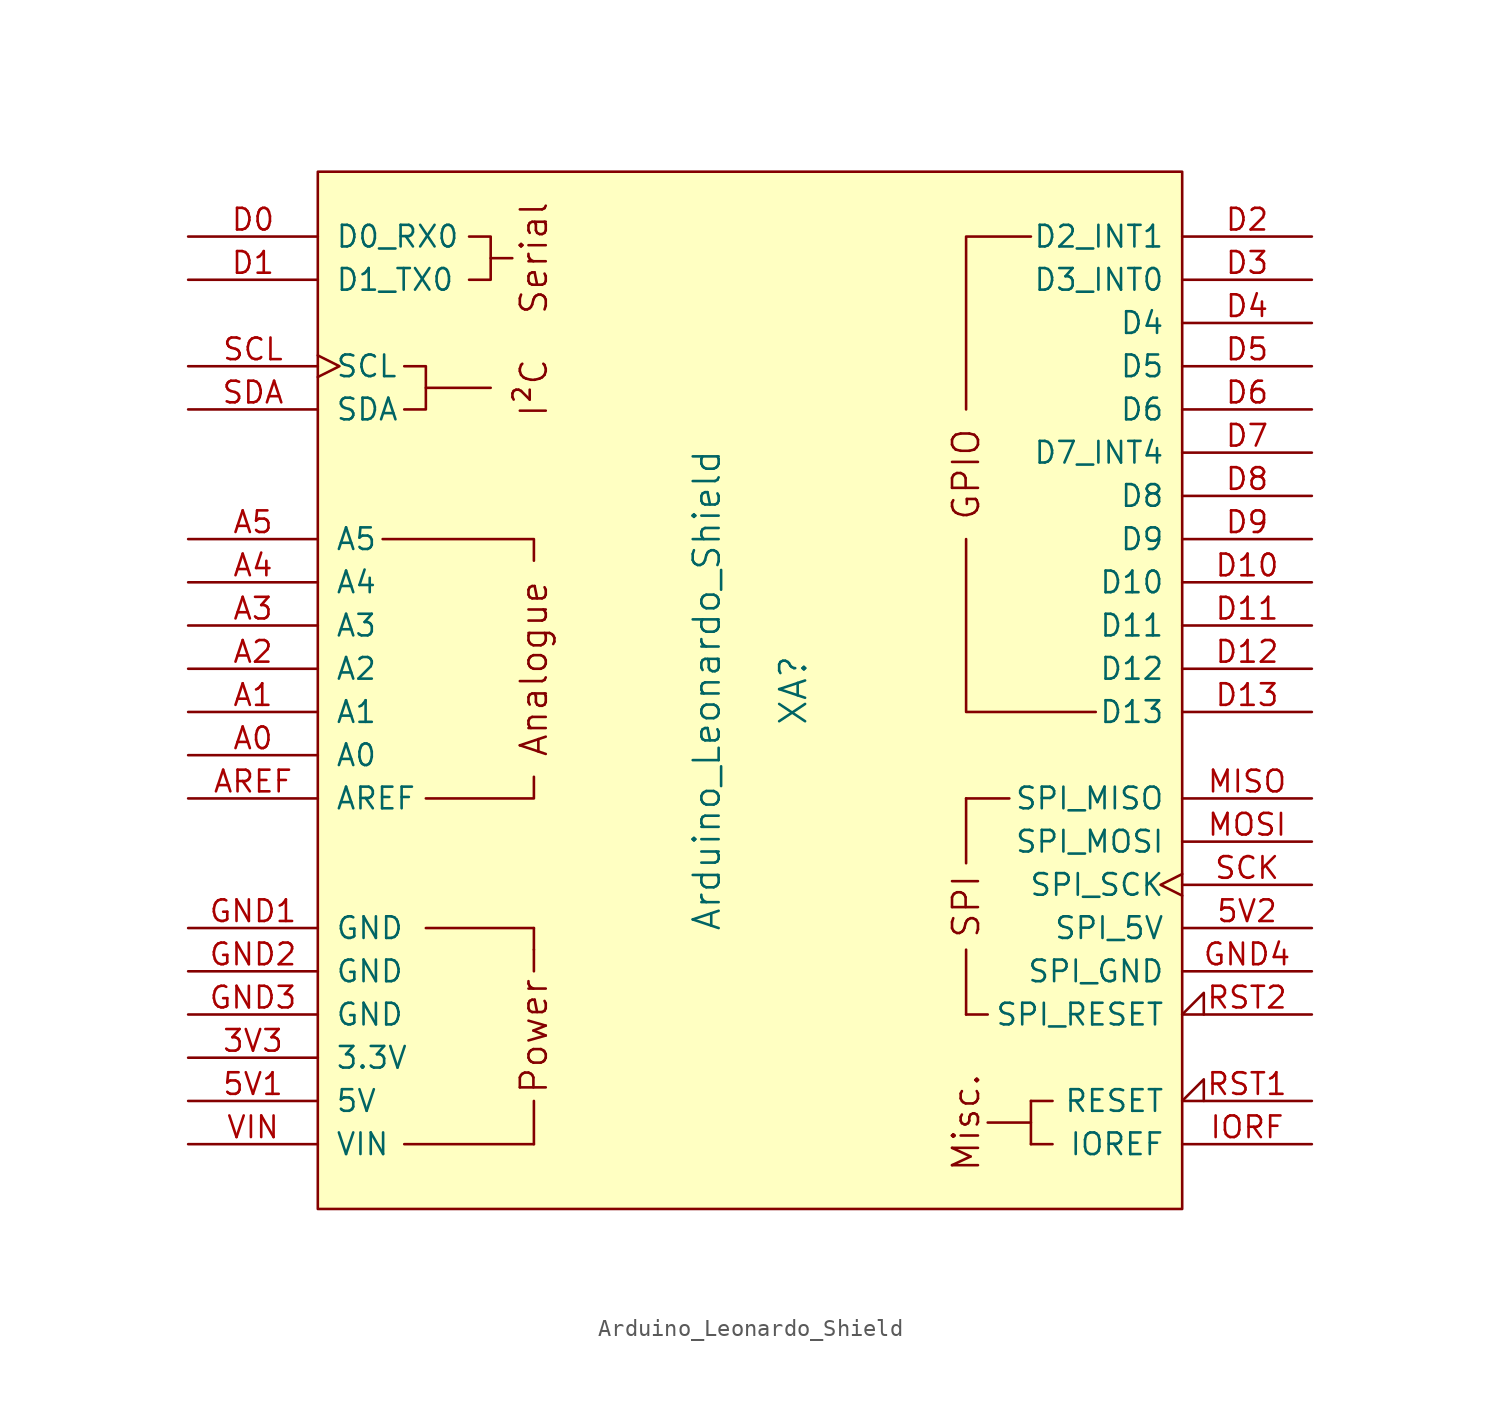
<source format=kicad_sym>
(kicad_symbol_lib
  (version 20220914)
  (generator kicad_symbol_editor)
  (symbol "Arduino_Leonardo_Shield"
    (pin_names
      (offset 1.016))
    (property "Reference" "XA"
      (at 2.54 0 90)
      (effects (font (size 1.524 1.524))))
    (property "Value" "Arduino_Leonardo_Shield"
      (at -2.54 0 90)
      (effects (font (size 1.524 1.524))))
    (symbol "Arduino_Leonardo_Shield_0_0"
      (rectangle (start -25.4 30.48) (end 25.4 -30.48) (stroke (width 0) (type default)) (fill (type background)))
      (rectangle (start -20.32 -26.67) (end -12.7 -26.67) (stroke (width 0) (type default)) (fill (type none)))
      (rectangle (start -19.05 -13.97) (end -12.7 -13.97) (stroke (width 0) (type default)) (fill (type none)))
      (polyline (pts (xy -19.05 17.78) (xy -15.24 17.78)) (stroke (width 0) (type default)) (fill (type none)))
      (polyline (pts (xy -15.24 25.4) (xy -13.97 25.4)) (stroke (width 0) (type default)) (fill (type none)))
      (polyline (pts (xy -12.7 -26.67) (xy -12.7 -24.13)) (stroke (width 0) (type default)) (fill (type none)))
      (polyline (pts (xy -12.7 -15.24) (xy -12.7 -16.51)) (stroke (width 0) (type default)) (fill (type none)))
      (polyline (pts (xy -12.7 -13.97) (xy -12.7 -15.24)) (stroke (width 0) (type default)) (fill (type none)))
      (polyline (pts (xy -12.7 -5.08) (xy -12.7 -6.35) (xy -19.05 -6.35)) (stroke (width 0) (type default)) (fill (type none)))
      (polyline (pts (xy -12.7 7.62) (xy -12.7 8.89) (xy -21.59 8.89)) (stroke (width 0) (type default)) (fill (type none)))
      (polyline (pts (xy 12.7 8.89) (xy 12.7 -1.27) (xy 20.32 -1.27)) (stroke (width 0) (type default)) (fill (type none)))
      (polyline (pts (xy 12.7 16.51) (xy 12.7 26.67) (xy 16.51 26.67)) (stroke (width 0) (type default)) (fill (type none)))
      (polyline (pts (xy -20.32 19.05) (xy -19.05 19.05) (xy -19.05 16.51) (xy -20.32 16.51)) (stroke (width 0) (type default)) (fill (type none)))
      (polyline (pts (xy -16.51 26.67) (xy -15.24 26.67) (xy -15.24 24.13) (xy -16.51 24.13)) (stroke (width 0) (type default)) (fill (type none)))
      (rectangle (start 12.7 -19.05) (end 12.7 -15.24) (stroke (width 0) (type default)) (fill (type none)))
      (rectangle (start 12.7 -10.16) (end 12.7 -6.35) (stroke (width 0) (type default)) (fill (type none)))
      (rectangle (start 13.97 -19.05) (end 12.7 -19.05) (stroke (width 0) (type default)) (fill (type none)))
      (rectangle (start 15.24 -6.35) (end 12.7 -6.35) (stroke (width 0) (type default)) (fill (type none)))
      (rectangle (start 16.51 -25.4) (end 13.97 -25.4) (stroke (width 0) (type default)) (fill (type none)))
      (rectangle (start 16.51 -24.13) (end 16.51 -26.67) (stroke (width 0) (type default)) (fill (type none)))
      (rectangle (start 17.78 -26.67) (end 16.51 -26.67) (stroke (width 0) (type default)) (fill (type none)))
      (rectangle (start 17.78 -24.13) (end 16.51 -24.13) (stroke (width 0) (type default)) (fill (type none)))
      (text "Analogue" (at -12.7 1.27 900) (effects (font (size 1.524 1.524))))
      (text "I²C" (at -12.7 17.78 900) (effects (font (size 1.524 1.524))))
      (text "Misc." (at 12.7 -25.4 900) (effects (font (size 1.524 1.524))))
      (text "Power" (at -12.7 -20.32 900) (effects (font (size 1.524 1.524))))
      (text "Serial" (at -12.7 25.4 900) (effects (font (size 1.524 1.524))))
      (text "SPI" (at 12.7 -12.7 900) (effects (font (size 1.524 1.524)))))
    (symbol "Arduino_Leonardo_Shield_1_0"
      (text "GPIO" (at 12.7 12.7 900) (effects (font (size 1.524 1.524)))))
    (symbol "Arduino_Leonardo_Shield_1_1"
      (pin power_in line (at -33.02 -21.59 0) (length 7.62) (name "3.3V" (effects (font (size 1.27 1.27)))) (number "3V3" (effects (font (size 1.27 1.27)))))
      (pin power_in line (at -33.02 -24.13 0) (length 7.62) (name "5V" (effects (font (size 1.27 1.27)))) (number "5V1" (effects (font (size 1.27 1.27)))))
      (pin power_in line (at 33.02 -13.97 180) (length 7.62) (name "SPI_5V" (effects (font (size 1.27 1.27)))) (number "5V2" (effects (font (size 1.27 1.27)))))
      (pin bidirectional line (at -33.02 -3.81 0) (length 7.62) (name "A0" (effects (font (size 1.27 1.27)))) (number "A0" (effects (font (size 1.27 1.27)))))
      (pin bidirectional line (at -33.02 -1.27 0) (length 7.62) (name "A1" (effects (font (size 1.27 1.27)))) (number "A1" (effects (font (size 1.27 1.27)))))
      (pin bidirectional line (at -33.02 1.27 0) (length 7.62) (name "A2" (effects (font (size 1.27 1.27)))) (number "A2" (effects (font (size 1.27 1.27)))))
      (pin bidirectional line (at -33.02 3.81 0) (length 7.62) (name "A3" (effects (font (size 1.27 1.27)))) (number "A3" (effects (font (size 1.27 1.27)))))
      (pin bidirectional line (at -33.02 6.35 0) (length 7.62) (name "A4" (effects (font (size 1.27 1.27)))) (number "A4" (effects (font (size 1.27 1.27)))))
      (pin bidirectional line (at -33.02 8.89 0) (length 7.62) (name "A5" (effects (font (size 1.27 1.27)))) (number "A5" (effects (font (size 1.27 1.27)))))
      (pin input line (at -33.02 -6.35 0) (length 7.62) (name "AREF" (effects (font (size 1.27 1.27)))) (number "AREF" (effects (font (size 1.27 1.27)))))
      (pin bidirectional line (at -33.02 26.67 0) (length 7.62) (name "D0_RX0" (effects (font (size 1.27 1.27)))) (number "D0" (effects (font (size 1.27 1.27)))))
      (pin bidirectional line (at -33.02 24.13 0) (length 7.62) (name "D1_TX0" (effects (font (size 1.27 1.27)))) (number "D1" (effects (font (size 1.27 1.27)))))
      (pin bidirectional line (at 33.02 6.35 180) (length 7.62) (name "D10" (effects (font (size 1.27 1.27)))) (number "D10" (effects (font (size 1.27 1.27)))))
      (pin bidirectional line (at 33.02 3.81 180) (length 7.62) (name "D11" (effects (font (size 1.27 1.27)))) (number "D11" (effects (font (size 1.27 1.27)))))
      (pin bidirectional line (at 33.02 1.27 180) (length 7.62) (name "D12" (effects (font (size 1.27 1.27)))) (number "D12" (effects (font (size 1.27 1.27)))))
      (pin bidirectional line (at 33.02 -1.27 180) (length 7.62) (name "D13" (effects (font (size 1.27 1.27)))) (number "D13" (effects (font (size 1.27 1.27)))))
      (pin bidirectional line (at 33.02 26.67 180) (length 7.62) (name "D2_INT1" (effects (font (size 1.27 1.27)))) (number "D2" (effects (font (size 1.27 1.27)))))
      (pin bidirectional line (at 33.02 24.13 180) (length 7.62) (name "D3_INT0" (effects (font (size 1.27 1.27)))) (number "D3" (effects (font (size 1.27 1.27)))))
      (pin bidirectional line (at 33.02 21.59 180) (length 7.62) (name "D4" (effects (font (size 1.27 1.27)))) (number "D4" (effects (font (size 1.27 1.27)))))
      (pin bidirectional line (at 33.02 19.05 180) (length 7.62) (name "D5" (effects (font (size 1.27 1.27)))) (number "D5" (effects (font (size 1.27 1.27)))))
      (pin bidirectional line (at 33.02 16.51 180) (length 7.62) (name "D6" (effects (font (size 1.27 1.27)))) (number "D6" (effects (font (size 1.27 1.27)))))
      (pin bidirectional line (at 33.02 13.97 180) (length 7.62) (name "D7_INT4" (effects (font (size 1.27 1.27)))) (number "D7" (effects (font (size 1.27 1.27)))))
      (pin bidirectional line (at 33.02 11.43 180) (length 7.62) (name "D8" (effects (font (size 1.27 1.27)))) (number "D8" (effects (font (size 1.27 1.27)))))
      (pin bidirectional line (at 33.02 8.89 180) (length 7.62) (name "D9" (effects (font (size 1.27 1.27)))) (number "D9" (effects (font (size 1.27 1.27)))))
      (pin power_in line (at -33.02 -13.97 0) (length 7.62) (name "GND" (effects (font (size 1.27 1.27)))) (number "GND1" (effects (font (size 1.27 1.27)))))
      (pin power_in line (at -33.02 -16.51 0) (length 7.62) (name "GND" (effects (font (size 1.27 1.27)))) (number "GND2" (effects (font (size 1.27 1.27)))))
      (pin power_in line (at -33.02 -19.05 0) (length 7.62) (name "GND" (effects (font (size 1.27 1.27)))) (number "GND3" (effects (font (size 1.27 1.27)))))
      (pin power_in line (at 33.02 -16.51 180) (length 7.62) (name "SPI_GND" (effects (font (size 1.27 1.27)))) (number "GND4" (effects (font (size 1.27 1.27)))))
      (pin output line (at 33.02 -26.67 180) (length 7.62) (name "IOREF" (effects (font (size 1.27 1.27)))) (number "IORF" (effects (font (size 1.27 1.27)))))
      (pin input line (at 33.02 -6.35 180) (length 7.62) (name "SPI_MISO" (effects (font (size 1.27 1.27)))) (number "MISO" (effects (font (size 1.27 1.27)))))
      (pin output line (at 33.02 -8.89 180) (length 7.62) (name "SPI_MOSI" (effects (font (size 1.27 1.27)))) (number "MOSI" (effects (font (size 1.27 1.27)))))
      (pin open_collector input_low (at 33.02 -24.13 180) (length 7.62) (name "RESET" (effects (font (size 1.27 1.27)))) (number "RST1" (effects (font (size 1.27 1.27)))))
      (pin open_collector input_low (at 33.02 -19.05 180) (length 7.62) (name "SPI_RESET" (effects (font (size 1.27 1.27)))) (number "RST2" (effects (font (size 1.27 1.27)))))
      (pin output clock (at 33.02 -11.43 180) (length 7.62) (name "SPI_SCK" (effects (font (size 1.27 1.27)))) (number "SCK" (effects (font (size 1.27 1.27)))))
      (pin bidirectional clock (at -33.02 19.05 0) (length 7.62) (name "SCL" (effects (font (size 1.27 1.27)))) (number "SCL" (effects (font (size 1.27 1.27)))))
      (pin bidirectional line (at -33.02 16.51 0) (length 7.62) (name "SDA" (effects (font (size 1.27 1.27)))) (number "SDA" (effects (font (size 1.27 1.27)))))
      (pin power_in line (at -33.02 -26.67 0) (length 7.62) (name "VIN" (effects (font (size 1.27 1.27)))) (number "VIN" (effects (font (size 1.27 1.27))))))))
</source>
